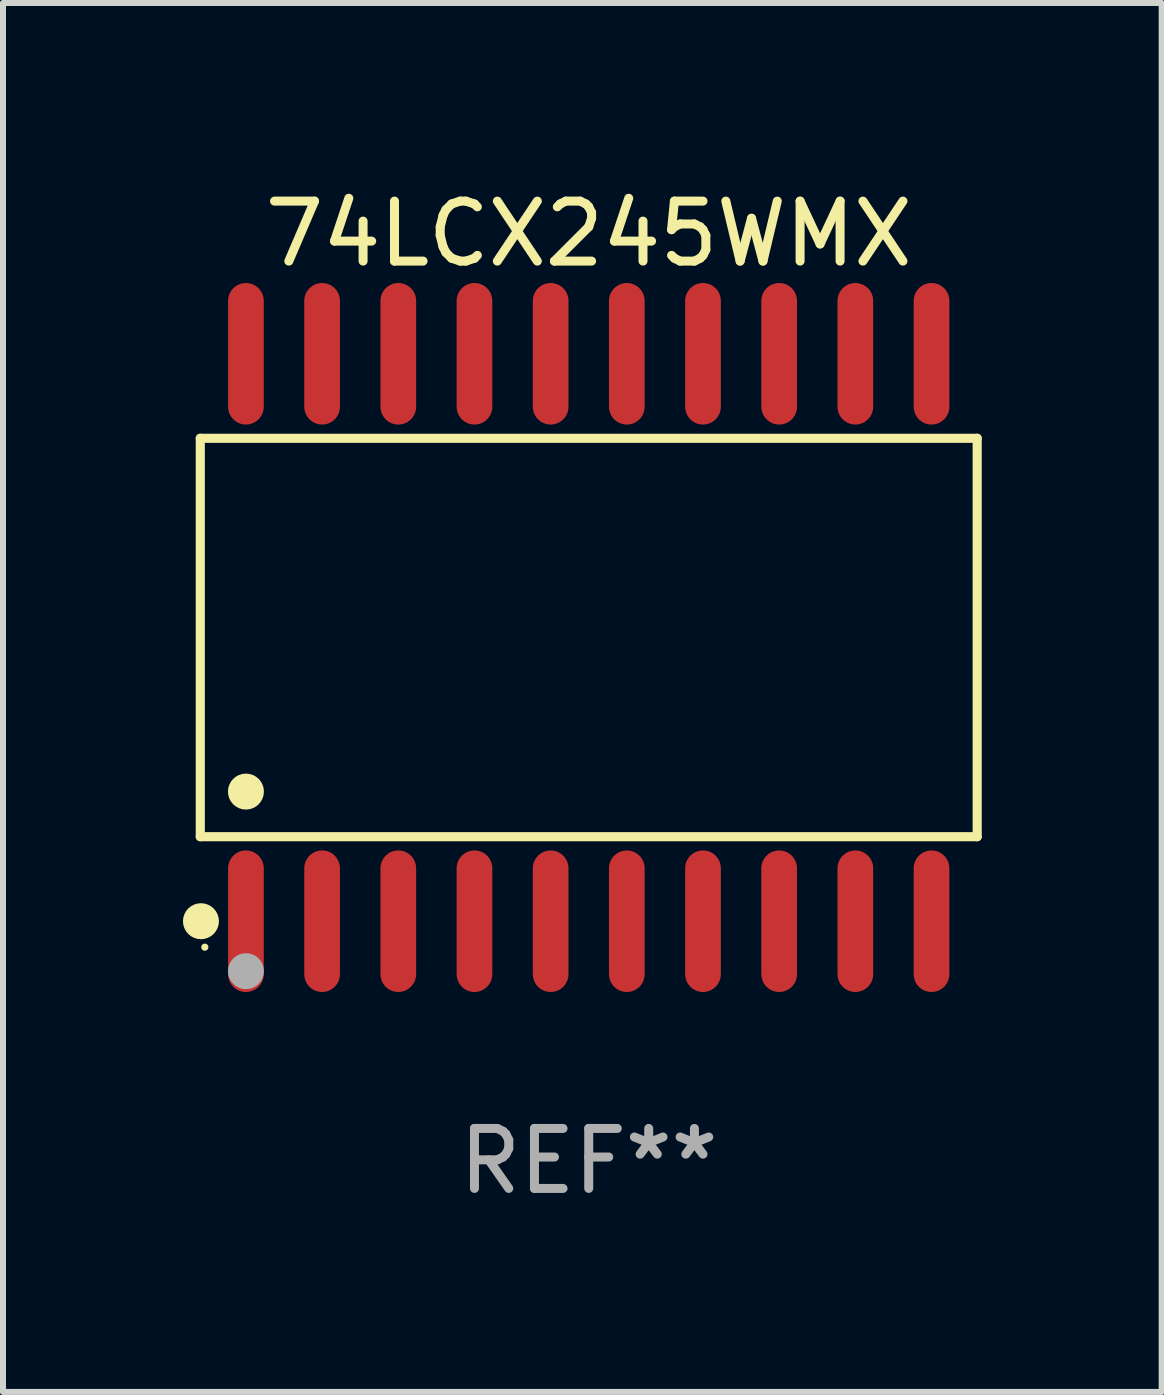
<source format=kicad_pcb>
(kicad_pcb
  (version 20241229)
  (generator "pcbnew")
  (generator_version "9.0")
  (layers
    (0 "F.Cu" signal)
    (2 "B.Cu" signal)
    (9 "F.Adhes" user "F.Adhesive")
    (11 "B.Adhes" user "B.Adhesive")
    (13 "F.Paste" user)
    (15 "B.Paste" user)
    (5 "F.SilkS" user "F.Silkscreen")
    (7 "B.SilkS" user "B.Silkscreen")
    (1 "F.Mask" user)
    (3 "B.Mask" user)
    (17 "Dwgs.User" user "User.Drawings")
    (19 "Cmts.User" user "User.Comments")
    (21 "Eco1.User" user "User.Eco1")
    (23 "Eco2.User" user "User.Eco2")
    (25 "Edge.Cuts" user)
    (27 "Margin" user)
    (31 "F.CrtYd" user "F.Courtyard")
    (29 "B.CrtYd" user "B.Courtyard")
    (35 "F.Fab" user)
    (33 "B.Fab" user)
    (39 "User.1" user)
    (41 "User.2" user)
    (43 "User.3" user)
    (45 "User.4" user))
  (footprint "74LCX245WMX"
    (layer "F.Cu")
    (at 6.765 7.578)
    (property "Reference" "74LCX245WMX" (at 0 -6.73 0) (layer "F.SilkS") (effects (font (size 1 1) (thickness 0.15))))
    (attr through_hole)
    (fp_line (start -6.476 -3.321) (end 6.476 -3.321) (stroke (width 0.152) (type solid)) (layer "F.SilkS"))
    (fp_line (start -6.476 3.321) (end -6.476 -3.321) (stroke (width 0.152) (type solid)) (layer "F.SilkS"))
    (fp_line (start 6.476 -3.321) (end 6.476 3.321) (stroke (width 0.152) (type solid)) (layer "F.SilkS"))
    (fp_line (start 6.476 3.321) (end -6.476 3.321) (stroke (width 0.152) (type solid)) (layer "F.SilkS"))
    (fp_circle (center -6.465 4.73) (end -6.315 4.73) (stroke (width 0.3) (type solid)) (fill no) (layer "F.SilkS"))
    (fp_circle (center -6.4 5.163) (end -6.37 5.163) (stroke (width 0.06) (type solid)) (fill no) (layer "F.SilkS"))
    (fp_circle (center -5.715 2.569) (end -5.565 2.569) (stroke (width 0.3) (type solid)) (fill no) (layer "F.SilkS"))
    (fp_circle (center -5.715 5.563) (end -5.565 5.563) (stroke (width 0.3) (type solid)) (fill no) (layer "F.Fab"))
    (fp_text user "REF**" (at 0 8.73 0) (layer "F.Fab") (effects (font (size 1 1) (thickness 0.15))))
    (pad "1" smd oval (at -5.715 4.73) (size 0.595 2.36) (layers "F.Cu" "F.Mask" "F.Paste"))
    (pad "2" smd oval (at -4.445 4.73) (size 0.595 2.36) (layers "F.Cu" "F.Mask" "F.Paste"))
    (pad "3" smd oval (at -3.175 4.73) (size 0.595 2.36) (layers "F.Cu" "F.Mask" "F.Paste"))
    (pad "4" smd oval (at -1.905 4.73) (size 0.595 2.36) (layers "F.Cu" "F.Mask" "F.Paste"))
    (pad "5" smd oval (at -0.635 4.73) (size 0.595 2.36) (layers "F.Cu" "F.Mask" "F.Paste"))
    (pad "6" smd oval (at 0.635 4.73) (size 0.595 2.36) (layers "F.Cu" "F.Mask" "F.Paste"))
    (pad "7" smd oval (at 1.905 4.73) (size 0.595 2.36) (layers "F.Cu" "F.Mask" "F.Paste"))
    (pad "8" smd oval (at 3.175 4.73) (size 0.595 2.36) (layers "F.Cu" "F.Mask" "F.Paste"))
    (pad "9" smd oval (at 4.445 4.73) (size 0.595 2.36) (layers "F.Cu" "F.Mask" "F.Paste"))
    (pad "10" smd oval (at 5.715 4.73) (size 0.595 2.36) (layers "F.Cu" "F.Mask" "F.Paste"))
    (pad "11" smd oval (at 5.715 -4.73) (size 0.595 2.36) (layers "F.Cu" "F.Mask" "F.Paste"))
    (pad "12" smd oval (at 4.445 -4.73) (size 0.595 2.36) (layers "F.Cu" "F.Mask" "F.Paste"))
    (pad "13" smd oval (at 3.175 -4.73) (size 0.595 2.36) (layers "F.Cu" "F.Mask" "F.Paste"))
    (pad "14" smd oval (at 1.905 -4.73) (size 0.595 2.36) (layers "F.Cu" "F.Mask" "F.Paste"))
    (pad "15" smd oval (at 0.635 -4.73) (size 0.595 2.36) (layers "F.Cu" "F.Mask" "F.Paste"))
    (pad "16" smd oval (at -0.635 -4.73) (size 0.595 2.36) (layers "F.Cu" "F.Mask" "F.Paste"))
    (pad "17" smd oval (at -1.905 -4.73) (size 0.595 2.36) (layers "F.Cu" "F.Mask" "F.Paste"))
    (pad "18" smd oval (at -3.175 -4.73) (size 0.595 2.36) (layers "F.Cu" "F.Mask" "F.Paste"))
    (pad "19" smd oval (at -4.445 -4.73) (size 0.595 2.36) (layers "F.Cu" "F.Mask" "F.Paste"))
    (pad "20" smd oval (at -5.715 -4.73) (size 0.595 2.36) (layers "F.Cu" "F.Mask" "F.Paste")))
  (gr_rect
    (start -3 -3)
    (end 16.317 20.156)
    (stroke (width 0.1) (type default))
    (fill no)
    (layer "Edge.Cuts")))
</source>
